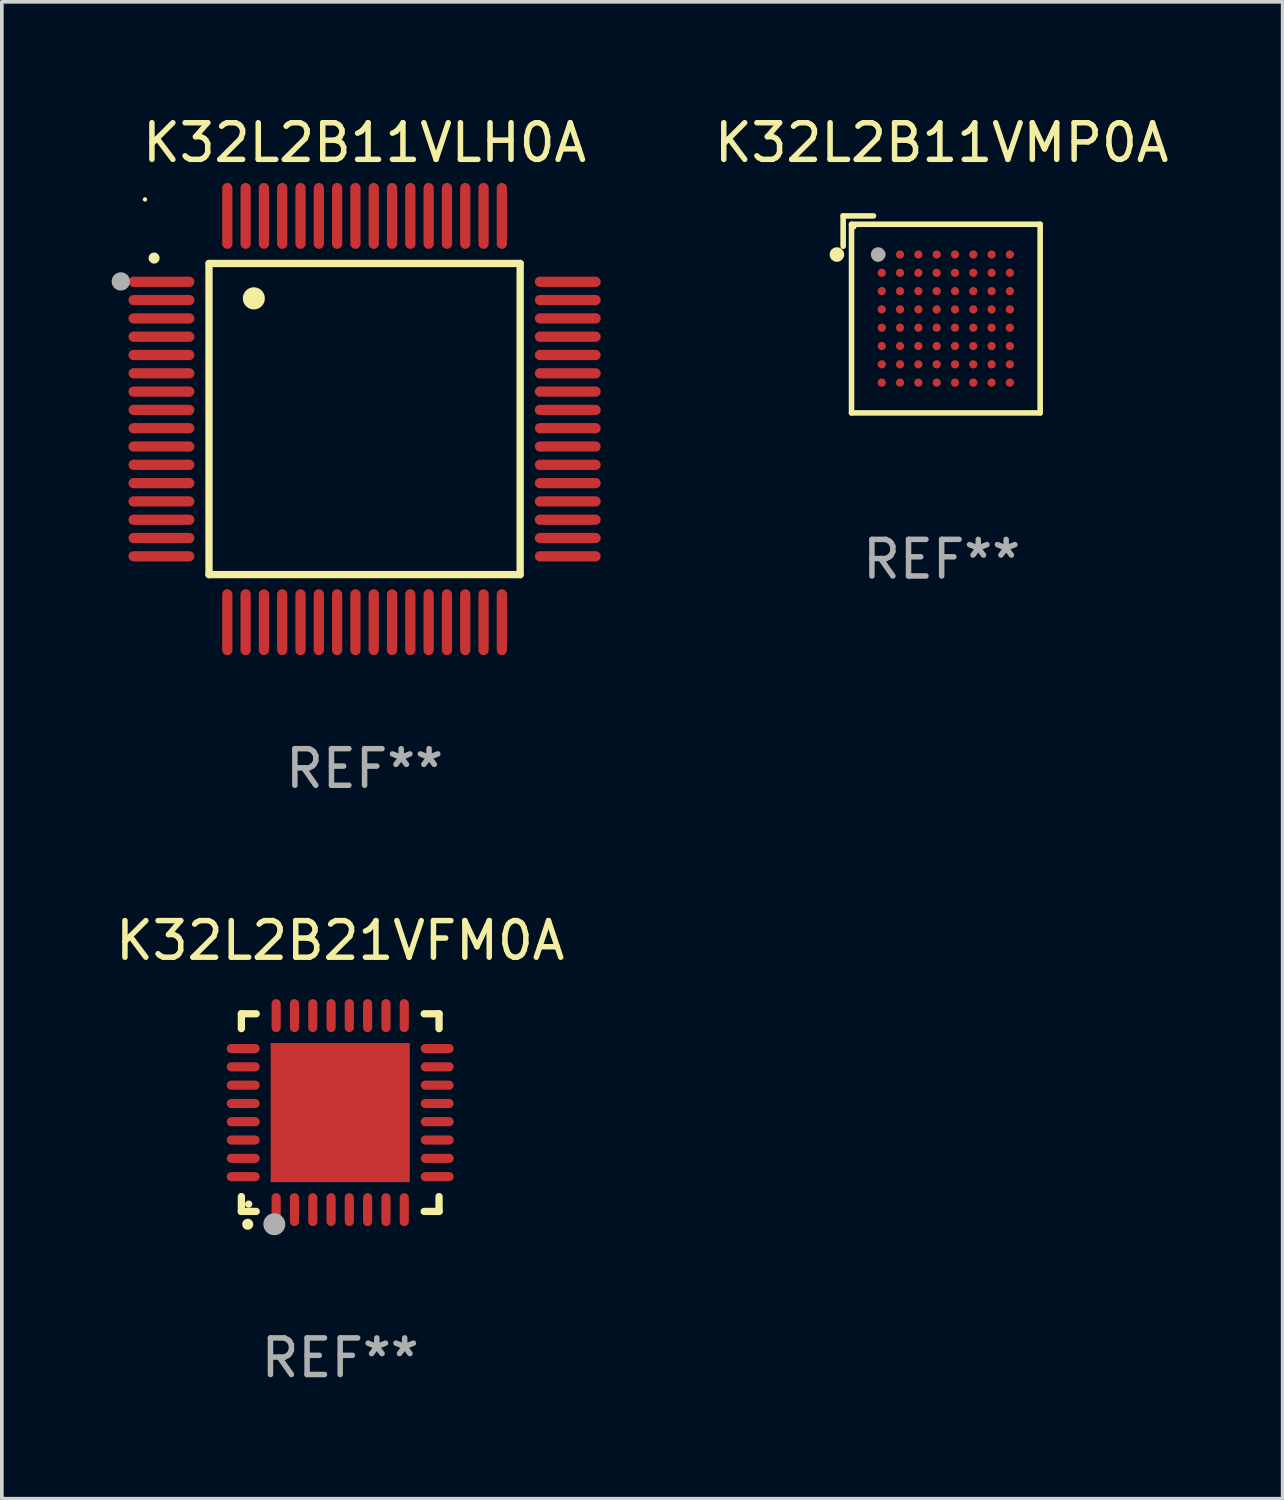
<source format=kicad_pcb>
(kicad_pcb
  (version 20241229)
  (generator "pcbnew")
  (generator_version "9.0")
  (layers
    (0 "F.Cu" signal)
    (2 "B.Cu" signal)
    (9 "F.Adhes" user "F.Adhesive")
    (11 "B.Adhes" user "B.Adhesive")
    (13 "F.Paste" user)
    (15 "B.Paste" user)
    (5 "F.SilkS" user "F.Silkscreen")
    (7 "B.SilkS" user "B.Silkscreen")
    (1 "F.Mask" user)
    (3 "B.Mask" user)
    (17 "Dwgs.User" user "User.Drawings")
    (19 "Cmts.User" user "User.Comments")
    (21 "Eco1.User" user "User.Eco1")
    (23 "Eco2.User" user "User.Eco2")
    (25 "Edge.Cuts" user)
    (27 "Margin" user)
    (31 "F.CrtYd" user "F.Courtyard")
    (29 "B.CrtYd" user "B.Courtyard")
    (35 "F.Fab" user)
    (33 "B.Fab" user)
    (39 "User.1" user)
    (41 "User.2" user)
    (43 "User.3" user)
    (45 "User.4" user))
  (footprint "K32L2B11VMP0A"
    (layer "F.Cu")
    (at 22.675 5.539)
    (property "Reference" "K32L2B11VMP0A" (at 0 -4.691 0) (layer "F.SilkS") (effects (font (size 1 1) (thickness 0.15))))
    (attr through_hole)
    (fp_line (start -2.691 -2.691) (end -2.691 -1.862) (stroke (width 0.152) (type solid)) (layer "F.SilkS"))
    (fp_line (start -2.462 -2.462) (end 2.691 -2.462) (stroke (width 0.152) (type solid)) (layer "F.SilkS"))
    (fp_line (start -2.462 2.691) (end -2.462 -2.462) (stroke (width 0.152) (type solid)) (layer "F.SilkS"))
    (fp_line (start -1.862 -2.691) (end -2.691 -2.691) (stroke (width 0.152) (type solid)) (layer "F.SilkS"))
    (fp_line (start 2.691 -2.462) (end 2.691 2.691) (stroke (width 0.152) (type solid)) (layer "F.SilkS"))
    (fp_line (start 2.691 2.691) (end -2.462 2.691) (stroke (width 0.152) (type solid)) (layer "F.SilkS"))
    (fp_circle (center -2.862 -1.636) (end -2.762 -1.636) (stroke (width 0.2) (type solid)) (fill no) (layer "F.SilkS"))
    (fp_circle (center -2.386 -2.386) (end -2.356 -2.386) (stroke (width 0.06) (type solid)) (fill no) (layer "F.SilkS"))
    (fp_circle (center -1.736 -1.636) (end -1.636 -1.636) (stroke (width 0.2) (type solid)) (fill no) (layer "F.Fab"))
    (fp_text user "REF**" (at 0 6.691 0) (layer "F.Fab") (effects (font (size 1 1) (thickness 0.15))))
    (pad "A1" smd circle (at -1.636 -1.636) (size 0.224 0.224) (layers "F.Cu" "F.Mask" "F.Paste"))
    (pad "A2" smd circle (at -1.136 -1.636) (size 0.224 0.224) (layers "F.Cu" "F.Mask" "F.Paste"))
    (pad "A3" smd circle (at -0.636 -1.636) (size 0.224 0.224) (layers "F.Cu" "F.Mask" "F.Paste"))
    (pad "A4" smd circle (at -0.136 -1.636) (size 0.224 0.224) (layers "F.Cu" "F.Mask" "F.Paste"))
    (pad "A5" smd circle (at 0.364 -1.636) (size 0.224 0.224) (layers "F.Cu" "F.Mask" "F.Paste"))
    (pad "A6" smd circle (at 0.864 -1.636) (size 0.224 0.224) (layers "F.Cu" "F.Mask" "F.Paste"))
    (pad "A7" smd circle (at 1.364 -1.636) (size 0.224 0.224) (layers "F.Cu" "F.Mask" "F.Paste"))
    (pad "A8" smd circle (at 1.864 -1.636) (size 0.224 0.224) (layers "F.Cu" "F.Mask" "F.Paste"))
    (pad "B1" smd circle (at -1.636 -1.136) (size 0.224 0.224) (layers "F.Cu" "F.Mask" "F.Paste"))
    (pad "B2" smd circle (at -1.136 -1.136) (size 0.224 0.224) (layers "F.Cu" "F.Mask" "F.Paste"))
    (pad "B3" smd circle (at -0.636 -1.136) (size 0.224 0.224) (layers "F.Cu" "F.Mask" "F.Paste"))
    (pad "B4" smd circle (at -0.136 -1.136) (size 0.224 0.224) (layers "F.Cu" "F.Mask" "F.Paste"))
    (pad "B5" smd circle (at 0.364 -1.136) (size 0.224 0.224) (layers "F.Cu" "F.Mask" "F.Paste"))
    (pad "B6" smd circle (at 0.864 -1.136) (size 0.224 0.224) (layers "F.Cu" "F.Mask" "F.Paste"))
    (pad "B7" smd circle (at 1.364 -1.136) (size 0.224 0.224) (layers "F.Cu" "F.Mask" "F.Paste"))
    (pad "B8" smd circle (at 1.864 -1.136) (size 0.224 0.224) (layers "F.Cu" "F.Mask" "F.Paste"))
    (pad "C1" smd circle (at -1.636 -0.636) (size 0.224 0.224) (layers "F.Cu" "F.Mask" "F.Paste"))
    (pad "C2" smd circle (at -1.136 -0.636) (size 0.224 0.224) (layers "F.Cu" "F.Mask" "F.Paste"))
    (pad "C3" smd circle (at -0.636 -0.636) (size 0.224 0.224) (layers "F.Cu" "F.Mask" "F.Paste"))
    (pad "C4" smd circle (at -0.136 -0.636) (size 0.224 0.224) (layers "F.Cu" "F.Mask" "F.Paste"))
    (pad "C5" smd circle (at 0.364 -0.636) (size 0.224 0.224) (layers "F.Cu" "F.Mask" "F.Paste"))
    (pad "C6" smd circle (at 0.864 -0.636) (size 0.224 0.224) (layers "F.Cu" "F.Mask" "F.Paste"))
    (pad "C7" smd circle (at 1.364 -0.636) (size 0.224 0.224) (layers "F.Cu" "F.Mask" "F.Paste"))
    (pad "C8" smd circle (at 1.864 -0.636) (size 0.224 0.224) (layers "F.Cu" "F.Mask" "F.Paste"))
    (pad "D1" smd circle (at -1.636 -0.136) (size 0.224 0.224) (layers "F.Cu" "F.Mask" "F.Paste"))
    (pad "D2" smd circle (at -1.136 -0.136) (size 0.224 0.224) (layers "F.Cu" "F.Mask" "F.Paste"))
    (pad "D3" smd circle (at -0.636 -0.136) (size 0.224 0.224) (layers "F.Cu" "F.Mask" "F.Paste"))
    (pad "D4" smd circle (at -0.136 -0.136) (size 0.224 0.224) (layers "F.Cu" "F.Mask" "F.Paste"))
    (pad "D5" smd circle (at 0.364 -0.136) (size 0.224 0.224) (layers "F.Cu" "F.Mask" "F.Paste"))
    (pad "D6" smd circle (at 0.864 -0.136) (size 0.224 0.224) (layers "F.Cu" "F.Mask" "F.Paste"))
    (pad "D7" smd circle (at 1.364 -0.136) (size 0.224 0.224) (layers "F.Cu" "F.Mask" "F.Paste"))
    (pad "D8" smd circle (at 1.864 -0.136) (size 0.224 0.224) (layers "F.Cu" "F.Mask" "F.Paste"))
    (pad "E1" smd circle (at -1.636 0.364) (size 0.224 0.224) (layers "F.Cu" "F.Mask" "F.Paste"))
    (pad "E2" smd circle (at -1.136 0.364) (size 0.224 0.224) (layers "F.Cu" "F.Mask" "F.Paste"))
    (pad "E3" smd circle (at -0.636 0.364) (size 0.224 0.224) (layers "F.Cu" "F.Mask" "F.Paste"))
    (pad "E4" smd circle (at -0.136 0.364) (size 0.224 0.224) (layers "F.Cu" "F.Mask" "F.Paste"))
    (pad "E5" smd circle (at 0.364 0.364) (size 0.224 0.224) (layers "F.Cu" "F.Mask" "F.Paste"))
    (pad "E6" smd circle (at 0.864 0.364) (size 0.224 0.224) (layers "F.Cu" "F.Mask" "F.Paste"))
    (pad "E7" smd circle (at 1.364 0.364) (size 0.224 0.224) (layers "F.Cu" "F.Mask" "F.Paste"))
    (pad "E8" smd circle (at 1.864 0.364) (size 0.224 0.224) (layers "F.Cu" "F.Mask" "F.Paste"))
    (pad "F1" smd circle (at -1.636 0.864) (size 0.224 0.224) (layers "F.Cu" "F.Mask" "F.Paste"))
    (pad "F2" smd circle (at -1.136 0.864) (size 0.224 0.224) (layers "F.Cu" "F.Mask" "F.Paste"))
    (pad "F3" smd circle (at -0.636 0.864) (size 0.224 0.224) (layers "F.Cu" "F.Mask" "F.Paste"))
    (pad "F4" smd circle (at -0.136 0.864) (size 0.224 0.224) (layers "F.Cu" "F.Mask" "F.Paste"))
    (pad "F5" smd circle (at 0.364 0.864) (size 0.224 0.224) (layers "F.Cu" "F.Mask" "F.Paste"))
    (pad "F6" smd circle (at 0.864 0.864) (size 0.224 0.224) (layers "F.Cu" "F.Mask" "F.Paste"))
    (pad "F7" smd circle (at 1.364 0.864) (size 0.224 0.224) (layers "F.Cu" "F.Mask" "F.Paste"))
    (pad "F8" smd circle (at 1.864 0.864) (size 0.224 0.224) (layers "F.Cu" "F.Mask" "F.Paste"))
    (pad "G1" smd circle (at -1.636 1.364) (size 0.224 0.224) (layers "F.Cu" "F.Mask" "F.Paste"))
    (pad "G2" smd circle (at -1.136 1.364) (size 0.224 0.224) (layers "F.Cu" "F.Mask" "F.Paste"))
    (pad "G3" smd circle (at -0.636 1.364) (size 0.224 0.224) (layers "F.Cu" "F.Mask" "F.Paste"))
    (pad "G4" smd circle (at -0.136 1.364) (size 0.224 0.224) (layers "F.Cu" "F.Mask" "F.Paste"))
    (pad "G5" smd circle (at 0.364 1.364) (size 0.224 0.224) (layers "F.Cu" "F.Mask" "F.Paste"))
    (pad "G6" smd circle (at 0.864 1.364) (size 0.224 0.224) (layers "F.Cu" "F.Mask" "F.Paste"))
    (pad "G7" smd circle (at 1.364 1.364) (size 0.224 0.224) (layers "F.Cu" "F.Mask" "F.Paste"))
    (pad "G8" smd circle (at 1.864 1.364) (size 0.224 0.224) (layers "F.Cu" "F.Mask" "F.Paste"))
    (pad "H1" smd circle (at -1.636 1.864) (size 0.224 0.224) (layers "F.Cu" "F.Mask" "F.Paste"))
    (pad "H2" smd circle (at -1.136 1.864) (size 0.224 0.224) (layers "F.Cu" "F.Mask" "F.Paste"))
    (pad "H3" smd circle (at -0.636 1.864) (size 0.224 0.224) (layers "F.Cu" "F.Mask" "F.Paste"))
    (pad "H4" smd circle (at -0.136 1.864) (size 0.224 0.224) (layers "F.Cu" "F.Mask" "F.Paste"))
    (pad "H5" smd circle (at 0.364 1.864) (size 0.224 0.224) (layers "F.Cu" "F.Mask" "F.Paste"))
    (pad "H6" smd circle (at 0.864 1.864) (size 0.224 0.224) (layers "F.Cu" "F.Mask" "F.Paste"))
    (pad "H7" smd circle (at 1.364 1.864) (size 0.224 0.224) (layers "F.Cu" "F.Mask" "F.Paste"))
    (pad "H8" smd circle (at 1.864 1.864) (size 0.224 0.224) (layers "F.Cu" "F.Mask" "F.Paste")))
  (footprint "K32L2B11VLH0A"
    (layer "F.Cu")
    (at 6.91 8.398)
    (property "Reference" "K32L2B11VLH0A" (at 0 -7.55 0) (layer "F.SilkS") (effects (font (size 1 1) (thickness 0.15))))
    (attr through_hole)
    (fp_line (start -4.25 -4.25) (end -4.25 4.25) (stroke (width 0.2) (type solid)) (layer "F.SilkS"))
    (fp_line (start -4.25 4.25) (end 4.25 4.25) (stroke (width 0.2) (type solid)) (layer "F.SilkS"))
    (fp_line (start 4.25 -4.25) (end -4.25 -4.25) (stroke (width 0.2) (type solid)) (layer "F.SilkS"))
    (fp_line (start 4.25 4.25) (end 4.25 -4.25) (stroke (width 0.2) (type solid)) (layer "F.SilkS"))
    (fp_arc (start -5.750572 -4.396749) (mid -5.750577 -4.398019) (end -5.750572 -4.399289) (stroke (width 0.3) (type solid)) (layer "F.SilkS"))
    (fp_arc (start -3.025146 -3.294387) (mid -3.025157 -3.296927) (end -3.025146 -3.299467) (stroke (width 0.6) (type solid)) (layer "F.SilkS"))
    (fp_circle (center -6 -6) (end -5.97 -6) (stroke (width 0.06) (type solid)) (fill no) (layer "F.SilkS"))
    (fp_circle (center -6.66 -3.76) (end -6.535 -3.76) (stroke (width 0.25) (type solid)) (fill no) (layer "F.Fab"))
    (fp_text user "REF**" (at 0 9.55 0) (layer "F.Fab") (effects (font (size 1 1) (thickness 0.15))))
    (pad "1" smd oval (at -5.55 -3.75) (size 1.8 0.28) (layers "F.Cu" "F.Mask" "F.Paste"))
    (pad "2" smd oval (at -5.55 -3.25) (size 1.8 0.28) (layers "F.Cu" "F.Mask" "F.Paste"))
    (pad "3" smd oval (at -5.55 -2.75) (size 1.8 0.28) (layers "F.Cu" "F.Mask" "F.Paste"))
    (pad "4" smd oval (at -5.55 -2.25) (size 1.8 0.28) (layers "F.Cu" "F.Mask" "F.Paste"))
    (pad "5" smd oval (at -5.55 -1.75) (size 1.8 0.28) (layers "F.Cu" "F.Mask" "F.Paste"))
    (pad "6" smd oval (at -5.55 -1.25) (size 1.8 0.28) (layers "F.Cu" "F.Mask" "F.Paste"))
    (pad "7" smd oval (at -5.55 -0.75) (size 1.8 0.28) (layers "F.Cu" "F.Mask" "F.Paste"))
    (pad "8" smd oval (at -5.55 -0.25) (size 1.8 0.28) (layers "F.Cu" "F.Mask" "F.Paste"))
    (pad "9" smd oval (at -5.55 0.25) (size 1.8 0.28) (layers "F.Cu" "F.Mask" "F.Paste"))
    (pad "10" smd oval (at -5.55 0.75) (size 1.8 0.28) (layers "F.Cu" "F.Mask" "F.Paste"))
    (pad "11" smd oval (at -5.55 1.25) (size 1.8 0.28) (layers "F.Cu" "F.Mask" "F.Paste"))
    (pad "12" smd oval (at -5.55 1.75) (size 1.8 0.28) (layers "F.Cu" "F.Mask" "F.Paste"))
    (pad "13" smd oval (at -5.55 2.25) (size 1.8 0.28) (layers "F.Cu" "F.Mask" "F.Paste"))
    (pad "14" smd oval (at -5.55 2.75) (size 1.8 0.28) (layers "F.Cu" "F.Mask" "F.Paste"))
    (pad "15" smd oval (at -5.55 3.25) (size 1.8 0.28) (layers "F.Cu" "F.Mask" "F.Paste"))
    (pad "16" smd oval (at -5.55 3.75) (size 1.8 0.28) (layers "F.Cu" "F.Mask" "F.Paste"))
    (pad "17" smd oval (at -3.75 5.55) (size 0.28 1.8) (layers "F.Cu" "F.Mask" "F.Paste"))
    (pad "18" smd oval (at -3.25 5.55) (size 0.28 1.8) (layers "F.Cu" "F.Mask" "F.Paste"))
    (pad "19" smd oval (at -2.75 5.55) (size 0.28 1.8) (layers "F.Cu" "F.Mask" "F.Paste"))
    (pad "20" smd oval (at -2.25 5.55) (size 0.28 1.8) (layers "F.Cu" "F.Mask" "F.Paste"))
    (pad "21" smd oval (at -1.75 5.55) (size 0.28 1.8) (layers "F.Cu" "F.Mask" "F.Paste"))
    (pad "22" smd oval (at -1.25 5.55) (size 0.28 1.8) (layers "F.Cu" "F.Mask" "F.Paste"))
    (pad "23" smd oval (at -0.75 5.55) (size 0.28 1.8) (layers "F.Cu" "F.Mask" "F.Paste"))
    (pad "24" smd oval (at -0.25 5.55) (size 0.28 1.8) (layers "F.Cu" "F.Mask" "F.Paste"))
    (pad "25" smd oval (at 0.25 5.55) (size 0.28 1.8) (layers "F.Cu" "F.Mask" "F.Paste"))
    (pad "26" smd oval (at 0.75 5.55) (size 0.28 1.8) (layers "F.Cu" "F.Mask" "F.Paste"))
    (pad "27" smd oval (at 1.25 5.55) (size 0.28 1.8) (layers "F.Cu" "F.Mask" "F.Paste"))
    (pad "28" smd oval (at 1.75 5.55) (size 0.28 1.8) (layers "F.Cu" "F.Mask" "F.Paste"))
    (pad "29" smd oval (at 2.25 5.55) (size 0.28 1.8) (layers "F.Cu" "F.Mask" "F.Paste"))
    (pad "30" smd oval (at 2.75 5.55) (size 0.28 1.8) (layers "F.Cu" "F.Mask" "F.Paste"))
    (pad "31" smd oval (at 3.25 5.55) (size 0.28 1.8) (layers "F.Cu" "F.Mask" "F.Paste"))
    (pad "32" smd oval (at 3.75 5.55) (size 0.28 1.8) (layers "F.Cu" "F.Mask" "F.Paste"))
    (pad "33" smd oval (at 5.55 3.75) (size 1.8 0.28) (layers "F.Cu" "F.Mask" "F.Paste"))
    (pad "34" smd oval (at 5.55 3.25) (size 1.8 0.28) (layers "F.Cu" "F.Mask" "F.Paste"))
    (pad "35" smd oval (at 5.55 2.75) (size 1.8 0.28) (layers "F.Cu" "F.Mask" "F.Paste"))
    (pad "36" smd oval (at 5.55 2.25) (size 1.8 0.28) (layers "F.Cu" "F.Mask" "F.Paste"))
    (pad "37" smd oval (at 5.55 1.75) (size 1.8 0.28) (layers "F.Cu" "F.Mask" "F.Paste"))
    (pad "38" smd oval (at 5.55 1.25) (size 1.8 0.28) (layers "F.Cu" "F.Mask" "F.Paste"))
    (pad "39" smd oval (at 5.55 0.75) (size 1.8 0.28) (layers "F.Cu" "F.Mask" "F.Paste"))
    (pad "40" smd oval (at 5.55 0.25) (size 1.8 0.28) (layers "F.Cu" "F.Mask" "F.Paste"))
    (pad "41" smd oval (at 5.55 -0.25) (size 1.8 0.28) (layers "F.Cu" "F.Mask" "F.Paste"))
    (pad "42" smd oval (at 5.55 -0.75) (size 1.8 0.28) (layers "F.Cu" "F.Mask" "F.Paste"))
    (pad "43" smd oval (at 5.55 -1.25) (size 1.8 0.28) (layers "F.Cu" "F.Mask" "F.Paste"))
    (pad "44" smd oval (at 5.55 -1.75) (size 1.8 0.28) (layers "F.Cu" "F.Mask" "F.Paste"))
    (pad "45" smd oval (at 5.55 -2.25) (size 1.8 0.28) (layers "F.Cu" "F.Mask" "F.Paste"))
    (pad "46" smd oval (at 5.55 -2.75) (size 1.8 0.28) (layers "F.Cu" "F.Mask" "F.Paste"))
    (pad "47" smd oval (at 5.55 -3.25) (size 1.8 0.28) (layers "F.Cu" "F.Mask" "F.Paste"))
    (pad "48" smd oval (at 5.55 -3.75) (size 1.8 0.28) (layers "F.Cu" "F.Mask" "F.Paste"))
    (pad "49" smd oval (at 3.75 -5.55) (size 0.28 1.8) (layers "F.Cu" "F.Mask" "F.Paste"))
    (pad "50" smd oval (at 3.25 -5.55) (size 0.28 1.8) (layers "F.Cu" "F.Mask" "F.Paste"))
    (pad "51" smd oval (at 2.75 -5.55) (size 0.28 1.8) (layers "F.Cu" "F.Mask" "F.Paste"))
    (pad "52" smd oval (at 2.25 -5.55) (size 0.28 1.8) (layers "F.Cu" "F.Mask" "F.Paste"))
    (pad "53" smd oval (at 1.75 -5.55) (size 0.28 1.8) (layers "F.Cu" "F.Mask" "F.Paste"))
    (pad "54" smd oval (at 1.25 -5.55) (size 0.28 1.8) (layers "F.Cu" "F.Mask" "F.Paste"))
    (pad "55" smd oval (at 0.75 -5.55) (size 0.28 1.8) (layers "F.Cu" "F.Mask" "F.Paste"))
    (pad "56" smd oval (at 0.25 -5.55) (size 0.28 1.8) (layers "F.Cu" "F.Mask" "F.Paste"))
    (pad "57" smd oval (at -0.25 -5.55) (size 0.28 1.8) (layers "F.Cu" "F.Mask" "F.Paste"))
    (pad "58" smd oval (at -0.75 -5.55) (size 0.28 1.8) (layers "F.Cu" "F.Mask" "F.Paste"))
    (pad "59" smd oval (at -1.25 -5.55) (size 0.28 1.8) (layers "F.Cu" "F.Mask" "F.Paste"))
    (pad "60" smd oval (at -1.75 -5.55) (size 0.28 1.8) (layers "F.Cu" "F.Mask" "F.Paste"))
    (pad "61" smd oval (at -2.25 -5.55) (size 0.28 1.8) (layers "F.Cu" "F.Mask" "F.Paste"))
    (pad "62" smd oval (at -2.75 -5.55) (size 0.28 1.8) (layers "F.Cu" "F.Mask" "F.Paste"))
    (pad "63" smd oval (at -3.25 -5.55) (size 0.28 1.8) (layers "F.Cu" "F.Mask" "F.Paste"))
    (pad "64" smd oval (at -3.75 -5.55) (size 0.28 1.8) (layers "F.Cu" "F.Mask" "F.Paste")))
  (footprint "K32L2B21VFM0A"
    (layer "F.Cu")
    (at 6.244 27.345)
    (property "Reference" "K32L2B21VFM0A" (at 0 -4.7 0) (layer "F.SilkS") (effects (font (size 1 1) (thickness 0.15))))
    (attr through_hole)
    (fp_line (start -2.7 -2.7) (end -2.295 -2.7) (stroke (width 0.2) (type solid)) (layer "F.SilkS"))
    (fp_line (start -2.7 -2.295) (end -2.7 -2.7) (stroke (width 0.2) (type solid)) (layer "F.SilkS"))
    (fp_line (start -2.7 2.7) (end -2.7 2.295) (stroke (width 0.2) (type solid)) (layer "F.SilkS"))
    (fp_line (start -2.295 2.7) (end -2.7 2.7) (stroke (width 0.2) (type solid)) (layer "F.SilkS"))
    (fp_line (start 2.295 2.7) (end 2.7 2.7) (stroke (width 0.2) (type solid)) (layer "F.SilkS"))
    (fp_line (start 2.7 -2.7) (end 2.295 -2.7) (stroke (width 0.2) (type solid)) (layer "F.SilkS"))
    (fp_line (start 2.7 -2.295) (end 2.7 -2.7) (stroke (width 0.2) (type solid)) (layer "F.SilkS"))
    (fp_line (start 2.7 2.7) (end 2.7 2.295) (stroke (width 0.2) (type solid)) (layer "F.SilkS"))
    (fp_arc (start -2.527889 3.050546) (mid -2.526619 3.050541) (end -2.525349 3.050546) (stroke (width 0.3) (type solid)) (layer "F.SilkS"))
    (fp_circle (center -2.5 2.5) (end -2.45 2.5) (stroke (width 0.1) (type solid)) (fill no) (layer "F.SilkS"))
    (fp_circle (center -1.8 3.05) (end -1.65 3.05) (stroke (width 0.3) (type solid)) (fill no) (layer "F.Fab"))
    (fp_text user "REF**" (at 0 6.7 0) (layer "F.Fab") (effects (font (size 1 1) (thickness 0.15))))
    (pad "1" smd oval (at -1.75 2.65) (size 0.25 0.9) (layers "F.Cu" "F.Mask" "F.Paste"))
    (pad "2" smd oval (at -1.25 2.65) (size 0.25 0.9) (layers "F.Cu" "F.Mask" "F.Paste"))
    (pad "3" smd oval (at -0.749 2.65) (size 0.25 0.9) (layers "F.Cu" "F.Mask" "F.Paste"))
    (pad "4" smd oval (at -0.249 2.65) (size 0.25 0.9) (layers "F.Cu" "F.Mask" "F.Paste"))
    (pad "5" smd oval (at 0.249 2.65) (size 0.25 0.9) (layers "F.Cu" "F.Mask" "F.Paste"))
    (pad "6" smd oval (at 0.749 2.65) (size 0.25 0.9) (layers "F.Cu" "F.Mask" "F.Paste"))
    (pad "7" smd oval (at 1.25 2.65) (size 0.25 0.9) (layers "F.Cu" "F.Mask" "F.Paste"))
    (pad "8" smd oval (at 1.75 2.65) (size 0.25 0.9) (layers "F.Cu" "F.Mask" "F.Paste"))
    (pad "9" smd oval (at 2.65 1.75) (size 0.9 0.25) (layers "F.Cu" "F.Mask" "F.Paste"))
    (pad "10" smd oval (at 2.65 1.25) (size 0.9 0.25) (layers "F.Cu" "F.Mask" "F.Paste"))
    (pad "11" smd oval (at 2.65 0.749) (size 0.9 0.25) (layers "F.Cu" "F.Mask" "F.Paste"))
    (pad "12" smd oval (at 2.65 0.249) (size 0.9 0.25) (layers "F.Cu" "F.Mask" "F.Paste"))
    (pad "13" smd oval (at 2.65 -0.249) (size 0.9 0.25) (layers "F.Cu" "F.Mask" "F.Paste"))
    (pad "14" smd oval (at 2.65 -0.749) (size 0.9 0.25) (layers "F.Cu" "F.Mask" "F.Paste"))
    (pad "15" smd oval (at 2.65 -1.25) (size 0.9 0.25) (layers "F.Cu" "F.Mask" "F.Paste"))
    (pad "16" smd oval (at 2.65 -1.75) (size 0.9 0.25) (layers "F.Cu" "F.Mask" "F.Paste"))
    (pad "17" smd oval (at 1.75 -2.65) (size 0.25 0.9) (layers "F.Cu" "F.Mask" "F.Paste"))
    (pad "18" smd oval (at 1.25 -2.65) (size 0.25 0.9) (layers "F.Cu" "F.Mask" "F.Paste"))
    (pad "19" smd oval (at 0.749 -2.65) (size 0.25 0.9) (layers "F.Cu" "F.Mask" "F.Paste"))
    (pad "20" smd oval (at 0.249 -2.65) (size 0.25 0.9) (layers "F.Cu" "F.Mask" "F.Paste"))
    (pad "21" smd oval (at -0.249 -2.65) (size 0.25 0.9) (layers "F.Cu" "F.Mask" "F.Paste"))
    (pad "22" smd oval (at -0.749 -2.65) (size 0.25 0.9) (layers "F.Cu" "F.Mask" "F.Paste"))
    (pad "23" smd oval (at -1.25 -2.65) (size 0.25 0.9) (layers "F.Cu" "F.Mask" "F.Paste"))
    (pad "24" smd oval (at -1.75 -2.65) (size 0.25 0.9) (layers "F.Cu" "F.Mask" "F.Paste"))
    (pad "25" smd oval (at -2.65 -1.75) (size 0.9 0.25) (layers "F.Cu" "F.Mask" "F.Paste"))
    (pad "26" smd oval (at -2.65 -1.25) (size 0.9 0.25) (layers "F.Cu" "F.Mask" "F.Paste"))
    (pad "27" smd oval (at -2.65 -0.749) (size 0.9 0.25) (layers "F.Cu" "F.Mask" "F.Paste"))
    (pad "28" smd oval (at -2.65 -0.249) (size 0.9 0.25) (layers "F.Cu" "F.Mask" "F.Paste"))
    (pad "29" smd oval (at -2.65 0.249) (size 0.9 0.25) (layers "F.Cu" "F.Mask" "F.Paste"))
    (pad "30" smd oval (at -2.65 0.749) (size 0.9 0.25) (layers "F.Cu" "F.Mask" "F.Paste"))
    (pad "31" smd oval (at -2.65 1.25) (size 0.9 0.25) (layers "F.Cu" "F.Mask" "F.Paste"))
    (pad "32" smd oval (at -2.65 1.75) (size 0.9 0.25) (layers "F.Cu" "F.Mask" "F.Paste"))
    (pad "33" smd rect (at 0.000076 0.000076) (size 3.8 3.8) (layers "F.Cu" "F.Mask" "F.Paste")))
  (gr_rect
    (start -3 -3)
    (end 31.991 37.893)
    (stroke (width 0.1) (type default))
    (fill no)
    (layer "Edge.Cuts")))
</source>
